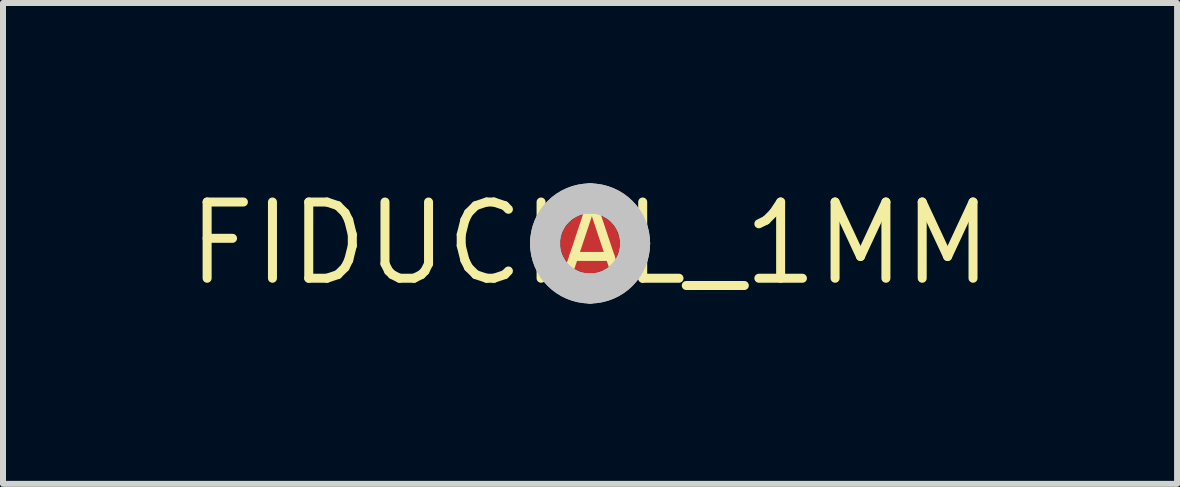
<source format=kicad_pcb>
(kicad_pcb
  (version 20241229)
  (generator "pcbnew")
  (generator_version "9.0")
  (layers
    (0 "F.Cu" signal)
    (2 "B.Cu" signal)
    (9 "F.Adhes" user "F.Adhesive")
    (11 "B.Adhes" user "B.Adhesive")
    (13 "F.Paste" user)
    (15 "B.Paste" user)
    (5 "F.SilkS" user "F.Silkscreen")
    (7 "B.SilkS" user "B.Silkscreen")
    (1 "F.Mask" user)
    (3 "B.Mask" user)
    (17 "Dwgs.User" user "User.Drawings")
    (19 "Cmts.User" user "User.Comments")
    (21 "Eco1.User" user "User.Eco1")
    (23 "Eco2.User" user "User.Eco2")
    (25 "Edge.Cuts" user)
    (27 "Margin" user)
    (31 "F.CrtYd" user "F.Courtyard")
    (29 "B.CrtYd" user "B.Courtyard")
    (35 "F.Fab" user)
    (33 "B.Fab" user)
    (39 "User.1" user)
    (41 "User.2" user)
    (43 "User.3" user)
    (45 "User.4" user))
  (footprint "FIDUCIAL_1MM"
    (layer "F.Cu")
    (at 6.781 1.006)
    (property "Reference" "FIDUCIAL_1MM" (at 0 0 0) (layer "F.SilkS") (effects (font (size 1.27 1.27) (thickness 0.15))))
    (attr through_hole)
    (fp_arc (start -0.75 0) (mid -0.53033 -0.53033) (end 0 -0.75) (stroke (width 0.5) (type solid)) (layer "F.Mask"))
    (fp_arc (start 0 -0.75) (mid 0.53033 -0.53033) (end 0.75 0) (stroke (width 0.5) (type solid)) (layer "F.Mask"))
    (fp_arc (start 0 0.75) (mid -0.53033 0.53033) (end -0.75 0) (stroke (width 0.5) (type solid)) (layer "F.Mask"))
    (fp_arc (start 0.75 0) (mid 0.53033 0.53033) (end 0 0.75) (stroke (width 0.5) (type solid)) (layer "F.Mask"))
    (fp_arc (start -0.75 0) (mid -0.53033 -0.53033) (end 0 -0.75) (stroke (width 0.5) (type solid)) (layer "Dwgs.User"))
    (fp_arc (start -0.75 0) (mid -0.53033 -0.53033) (end 0 -0.75) (stroke (width 0.5) (type solid)) (layer "Dwgs.User"))
    (fp_arc (start 0 -0.75) (mid 0.53033 -0.53033) (end 0.75 0) (stroke (width 0.5) (type solid)) (layer "Dwgs.User"))
    (fp_arc (start 0 -0.75) (mid 0.53033 -0.53033) (end 0.75 0) (stroke (width 0.5) (type solid)) (layer "Dwgs.User"))
    (fp_arc (start 0 0.75) (mid -0.53033 0.53033) (end -0.75 0) (stroke (width 0.5) (type solid)) (layer "Dwgs.User"))
    (fp_arc (start 0 0.75) (mid -0.53033 0.53033) (end -0.75 0) (stroke (width 0.5) (type solid)) (layer "Dwgs.User"))
    (fp_arc (start 0.75 0) (mid 0.53033 0.53033) (end 0 0.75) (stroke (width 0.5) (type solid)) (layer "Dwgs.User"))
    (fp_arc (start 0.75 0) (mid 0.53033 0.53033) (end 0 0.75) (stroke (width 0.5) (type solid)) (layer "Dwgs.User"))
    (pad "1" smd roundrect (at 0 0) (size 1 1) (layers "F.Cu" "F.Mask") (roundrect_rratio 0.5)))
  (gr_rect
    (start -3 -3)
    (end 16.561 5.012)
    (stroke (width 0.1) (type default))
    (fill no)
    (layer "Edge.Cuts")))
</source>
